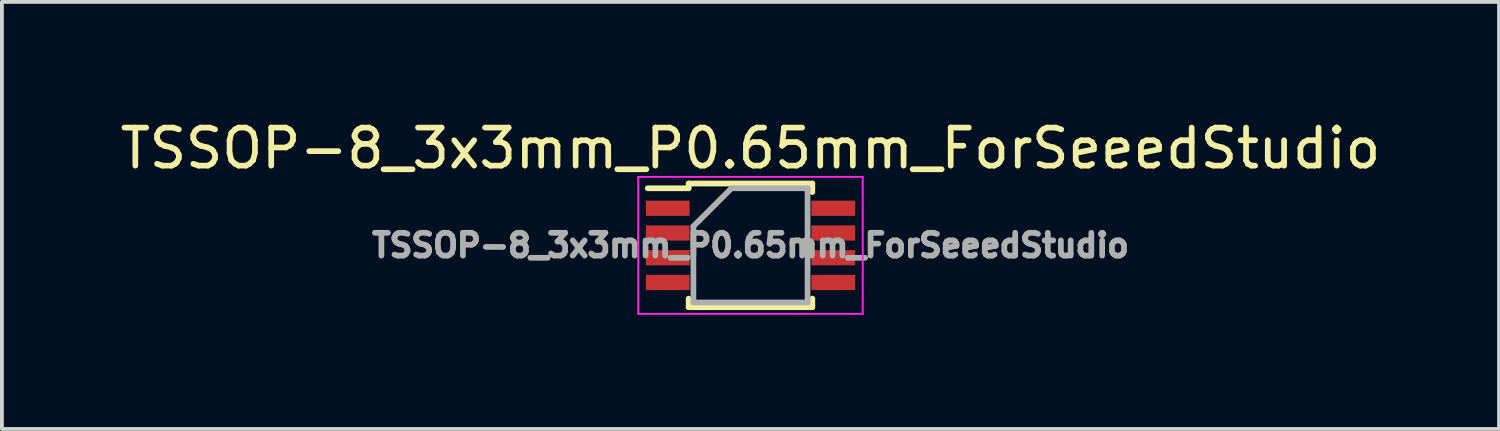
<source format=kicad_pcb>
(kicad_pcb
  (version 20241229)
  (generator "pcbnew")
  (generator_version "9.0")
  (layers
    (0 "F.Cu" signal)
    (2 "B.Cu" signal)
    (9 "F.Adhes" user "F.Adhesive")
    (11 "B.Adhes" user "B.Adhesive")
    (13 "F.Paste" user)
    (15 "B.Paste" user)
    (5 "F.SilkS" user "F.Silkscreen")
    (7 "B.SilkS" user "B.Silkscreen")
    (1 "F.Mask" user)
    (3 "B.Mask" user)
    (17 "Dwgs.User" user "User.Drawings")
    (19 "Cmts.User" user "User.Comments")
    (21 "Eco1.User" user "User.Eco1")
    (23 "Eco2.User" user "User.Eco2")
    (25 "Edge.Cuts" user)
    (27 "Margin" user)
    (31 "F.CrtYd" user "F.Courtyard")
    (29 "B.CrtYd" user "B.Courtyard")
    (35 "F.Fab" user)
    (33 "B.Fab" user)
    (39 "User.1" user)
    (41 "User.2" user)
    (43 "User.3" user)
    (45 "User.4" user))
  (footprint "TSSOP-8_3x3mm_P0.65mm_ForSeeedStudio"
    (layer "F.Cu")
    (at 16.673 3.398)
    (property "Reference" "TSSOP-8_3x3mm_P0.65mm_ForSeeedStudio" (at 0 -2.55 0) (layer "F.SilkS") (effects (font (size 1 1) (thickness 0.15))))
    (attr smd)
    (fp_line (start -1.625 -1.625) (end -1.625 -1.5) (stroke (width 0.15) (type solid)) (layer "F.SilkS"))
    (fp_line (start -1.625 -1.625) (end 1.625 -1.625) (stroke (width 0.15) (type solid)) (layer "F.SilkS"))
    (fp_line (start -1.625 -1.5) (end -2.7 -1.5) (stroke (width 0.15) (type solid)) (layer "F.SilkS"))
    (fp_line (start -1.625 1.625) (end -1.625 1.4) (stroke (width 0.15) (type solid)) (layer "F.SilkS"))
    (fp_line (start -1.625 1.625) (end 1.625 1.625) (stroke (width 0.15) (type solid)) (layer "F.SilkS"))
    (fp_line (start 1.625 -1.625) (end 1.625 -1.4) (stroke (width 0.15) (type solid)) (layer "F.SilkS"))
    (fp_line (start 1.625 1.625) (end 1.625 1.4) (stroke (width 0.15) (type solid)) (layer "F.SilkS"))
    (fp_line (start -2.95 -1.8) (end -2.95 1.8) (stroke (width 0.05) (type solid)) (layer "F.CrtYd"))
    (fp_line (start -2.95 -1.8) (end 2.95 -1.8) (stroke (width 0.05) (type solid)) (layer "F.CrtYd"))
    (fp_line (start -2.95 1.8) (end 2.95 1.8) (stroke (width 0.05) (type solid)) (layer "F.CrtYd"))
    (fp_line (start 2.95 -1.8) (end 2.95 1.8) (stroke (width 0.05) (type solid)) (layer "F.CrtYd"))
    (fp_line (start -1.5 -0.5) (end -0.5 -1.5) (stroke (width 0.15) (type solid)) (layer "F.Fab"))
    (fp_line (start -1.5 1.5) (end -1.5 -0.5) (stroke (width 0.15) (type solid)) (layer "F.Fab"))
    (fp_line (start -0.5 -1.5) (end 1.5 -1.5) (stroke (width 0.15) (type solid)) (layer "F.Fab"))
    (fp_line (start 1.5 -1.5) (end 1.5 1.5) (stroke (width 0.15) (type solid)) (layer "F.Fab"))
    (fp_line (start 1.5 1.5) (end -1.5 1.5) (stroke (width 0.15) (type solid)) (layer "F.Fab"))
    (fp_text user "${REFERENCE}" (at 0 0 0) (layer "F.Fab") (effects (font (size 0.6 0.6) (thickness 0.15))))
    (pad "1" smd rect (at -2.175 -0.975) (size 1.15 0.4) (layers "F.Cu" "F.Mask" "F.Paste"))
    (pad "2" smd rect (at -2.175 -0.325) (size 1.15 0.4) (layers "F.Cu" "F.Mask" "F.Paste"))
    (pad "3" smd rect (at -2.175 0.325) (size 1.15 0.4) (layers "F.Cu" "F.Mask" "F.Paste"))
    (pad "4" smd rect (at -2.175 0.975) (size 1.15 0.4) (layers "F.Cu" "F.Mask" "F.Paste"))
    (pad "5" smd rect (at 2.175 0.975) (size 1.15 0.4) (layers "F.Cu" "F.Mask" "F.Paste"))
    (pad "6" smd rect (at 2.175 0.325) (size 1.15 0.4) (layers "F.Cu" "F.Mask" "F.Paste"))
    (pad "7" smd rect (at 2.175 -0.325) (size 1.15 0.4) (layers "F.Cu" "F.Mask" "F.Paste"))
    (pad "8" smd rect (at 2.175 -0.975) (size 1.15 0.4) (layers "F.Cu" "F.Mask" "F.Paste")))
  (gr_rect
    (start -3 -3)
    (end 36.345 8.223)
    (stroke (width 0.1) (type default))
    (fill no)
    (layer "Edge.Cuts")))
</source>
